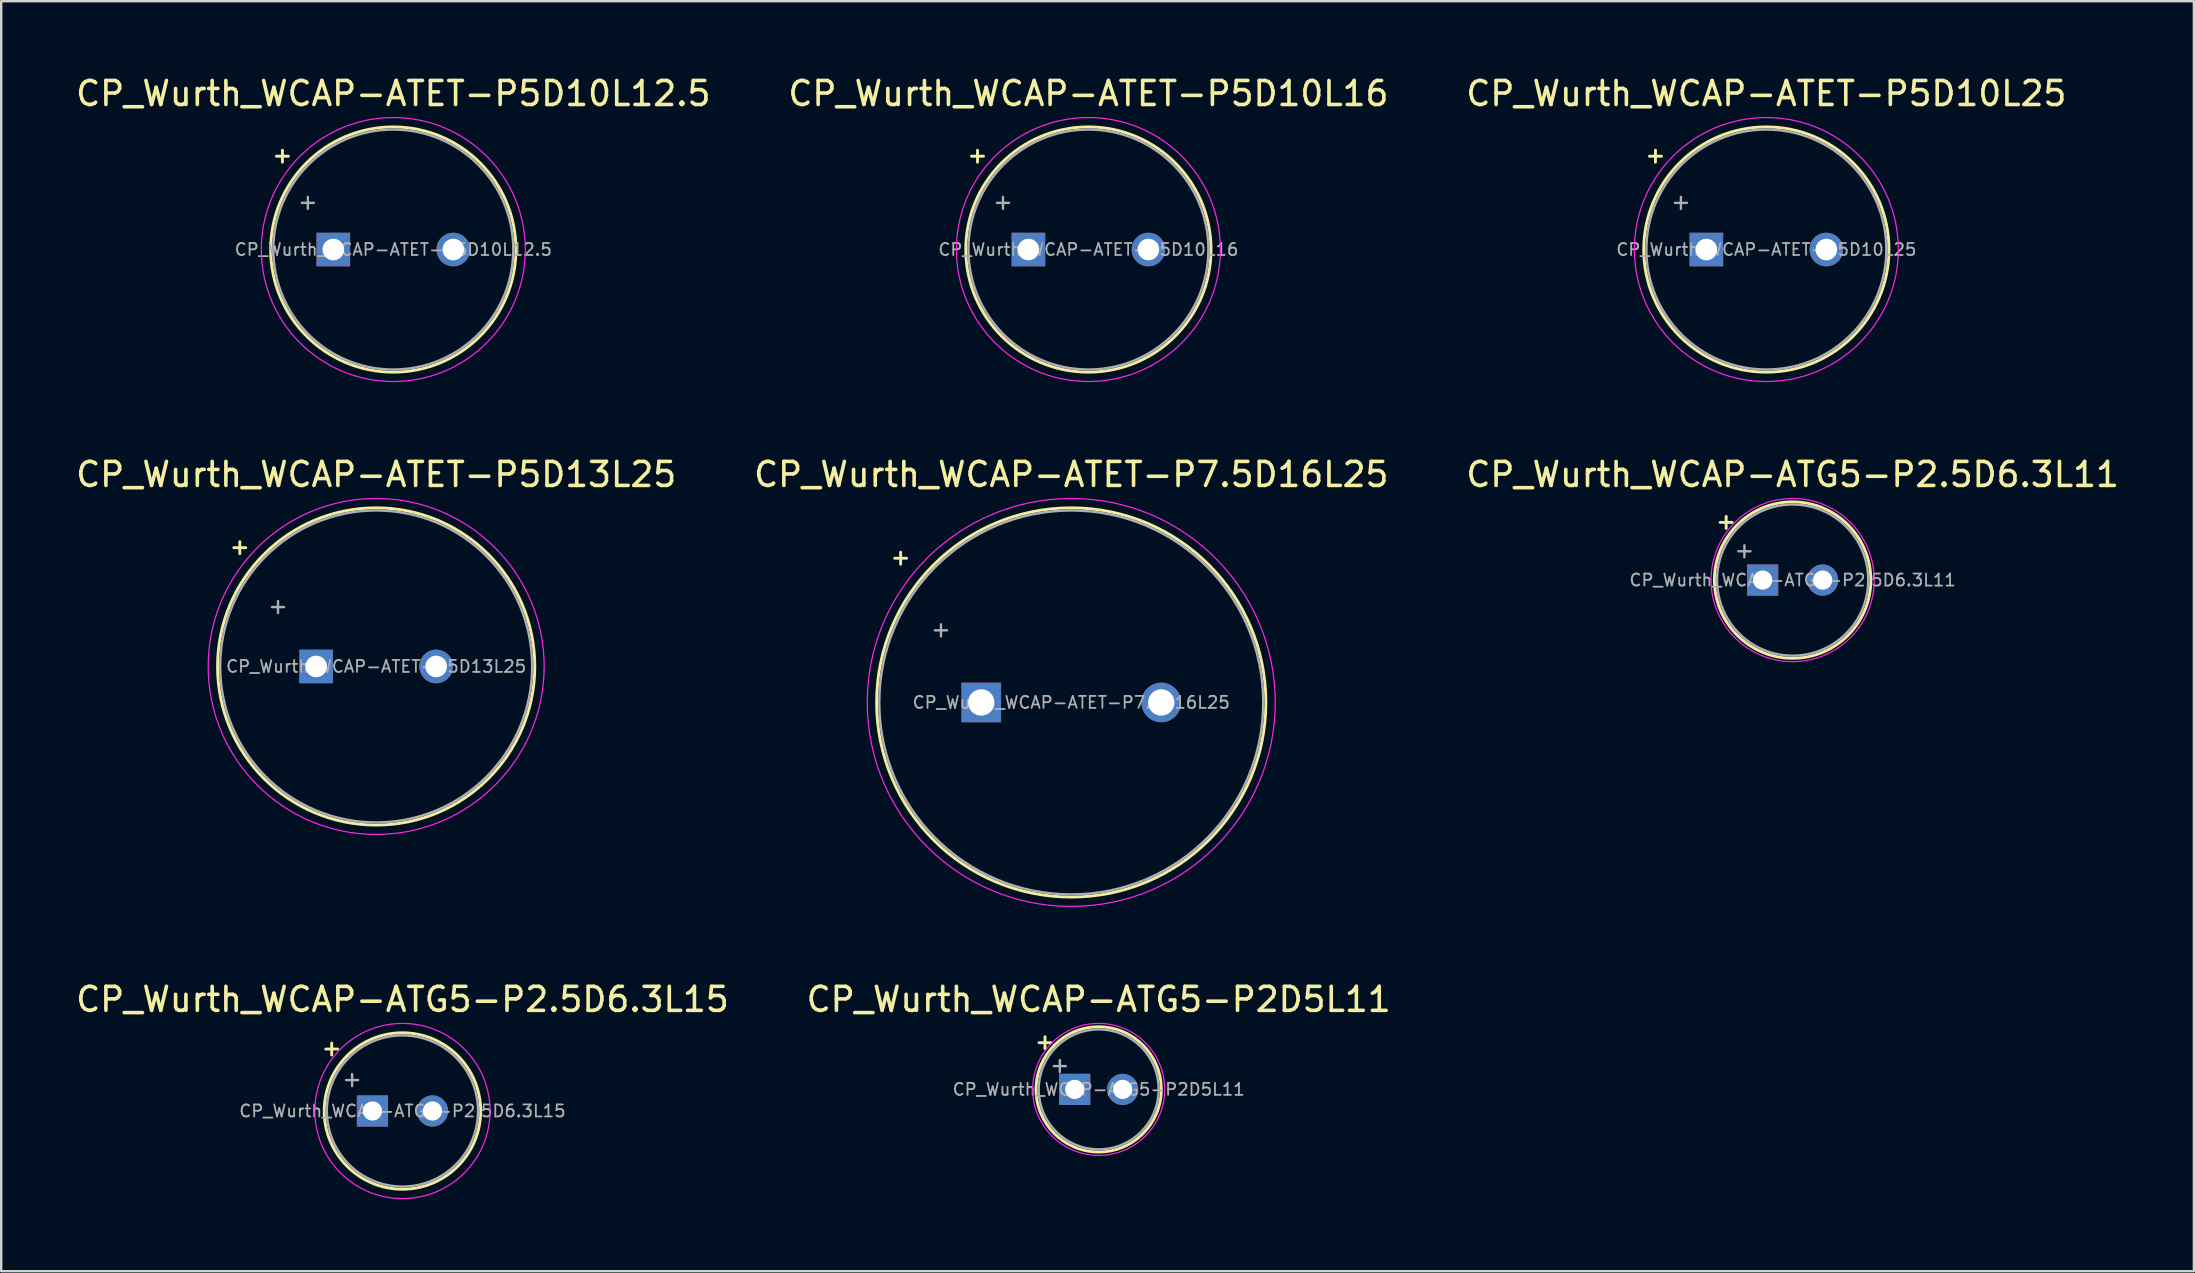
<source format=kicad_pcb>
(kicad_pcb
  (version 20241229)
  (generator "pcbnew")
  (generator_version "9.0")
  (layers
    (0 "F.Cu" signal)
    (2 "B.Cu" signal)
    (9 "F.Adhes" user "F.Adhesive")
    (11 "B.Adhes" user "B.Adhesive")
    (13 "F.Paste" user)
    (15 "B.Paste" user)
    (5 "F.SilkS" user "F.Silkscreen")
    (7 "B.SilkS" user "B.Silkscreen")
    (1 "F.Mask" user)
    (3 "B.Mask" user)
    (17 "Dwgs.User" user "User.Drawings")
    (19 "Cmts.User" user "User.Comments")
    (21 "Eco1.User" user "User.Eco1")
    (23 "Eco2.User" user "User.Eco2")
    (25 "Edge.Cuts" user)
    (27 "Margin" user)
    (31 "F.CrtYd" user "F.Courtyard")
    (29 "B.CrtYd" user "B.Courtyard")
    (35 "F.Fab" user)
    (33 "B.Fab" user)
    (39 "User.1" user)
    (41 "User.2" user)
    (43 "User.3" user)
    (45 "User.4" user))
  (footprint "CP_Wurth_WCAP-ATET-P5D10L25"
    (layer "F.Cu")
    (at 68.054 7.348)
    (property "Reference" "CP_Wurth_WCAP-ATET-P5D10L25" (at 2.5 -6.5 0) (unlocked yes) (layer "F.SilkS") (effects (font (size 1 1) (thickness 0.15))))
    (attr through_hole)
    (fp_line (start -2.371 -3.889) (end -1.871 -3.889) (stroke (width 0.12) (type solid)) (layer "F.SilkS"))
    (fp_line (start -2.121 -3.639) (end -2.121 -4.139) (stroke (width 0.12) (type solid)) (layer "F.SilkS"))
    (fp_circle (center 2.5 0) (end 7.61 0) (stroke (width 0.12) (type solid)) (fill no) (layer "F.SilkS"))
    (fp_circle (center 2.5 0) (end 8 0) (stroke (width 0.05) (type solid)) (fill no) (layer "F.CrtYd"))
    (fp_line (start -1.311 -1.945) (end -0.811 -1.945) (stroke (width 0.1) (type default)) (layer "F.Fab"))
    (fp_line (start -1.061 -1.695) (end -1.061 -2.195) (stroke (width 0.1) (type default)) (layer "F.Fab"))
    (fp_circle (center 2.5 0) (end 7.5 0) (stroke (width 0.1) (type solid)) (fill no) (layer "F.Fab"))
    (fp_text user "${REFERENCE}" (at 2.5 0 0) (unlocked yes) (layer "F.Fab") (effects (font (size 0.5 0.5) (thickness 0.075))))
    (pad "1" thru_hole rect (at 0 0) (size 1.4 1.4) (drill 0.9) (layers "*.Cu" "*.Mask"))
    (pad "2" thru_hole circle (at 5 0) (size 1.4 1.4) (drill 0.9) (layers "*.Cu" "*.Mask")))
  (footprint "CP_Wurth_WCAP-ATET-P7.5D16L25"
    (layer "F.Cu")
    (at 37.839 26.221)
    (property "Reference" "CP_Wurth_WCAP-ATET-P7.5D16L25" (at 3.75 -9.5 0) (unlocked yes) (layer "F.SilkS") (effects (font (size 1 1) (thickness 0.15))))
    (attr through_hole)
    (fp_line (start -3.609 -6.01) (end -3.109 -6.01) (stroke (width 0.12) (type solid)) (layer "F.SilkS"))
    (fp_line (start -3.359 -5.76) (end -3.359 -6.26) (stroke (width 0.12) (type solid)) (layer "F.SilkS"))
    (fp_circle (center 3.75 0) (end 11.86 0) (stroke (width 0.12) (type solid)) (fill no) (layer "F.SilkS"))
    (fp_circle (center 3.75 0) (end 12.25 0) (stroke (width 0.05) (type solid)) (fill no) (layer "F.CrtYd"))
    (fp_line (start -1.929 -3.005) (end -1.429 -3.005) (stroke (width 0.1) (type default)) (layer "F.Fab"))
    (fp_line (start -1.679 -2.755) (end -1.679 -3.255) (stroke (width 0.1) (type default)) (layer "F.Fab"))
    (fp_circle (center 3.75 0) (end 11.75 0) (stroke (width 0.1) (type solid)) (fill no) (layer "F.Fab"))
    (fp_text user "${REFERENCE}" (at 3.75 0 0) (unlocked yes) (layer "F.Fab") (effects (font (size 0.5 0.5) (thickness 0.075))))
    (pad "1" thru_hole rect (at 0 0) (size 1.65 1.65) (drill 1.1) (layers "*.Cu" "*.Mask"))
    (pad "2" thru_hole circle (at 7.5 0) (size 1.65 1.65) (drill 1.1) (layers "*.Cu" "*.Mask")))
  (footprint "CP_Wurth_WCAP-ATG5-P2.5D6.3L15"
    (layer "F.Cu")
    (at 12.47 43.245)
    (property "Reference" "CP_Wurth_WCAP-ATG5-P2.5D6.3L15" (at 1.25 -4.65 0) (unlocked yes) (layer "F.SilkS") (effects (font (size 1 1) (thickness 0.15))))
    (attr through_hole)
    (fp_line (start -1.947 -2.581) (end -1.447 -2.581) (stroke (width 0.12) (type solid)) (layer "F.SilkS"))
    (fp_line (start -1.697 -2.331) (end -1.697 -2.831) (stroke (width 0.12) (type solid)) (layer "F.SilkS"))
    (fp_circle (center 1.25 0) (end 4.51 0) (stroke (width 0.12) (type solid)) (fill no) (layer "F.SilkS"))
    (fp_circle (center 1.25 0) (end 4.9 0) (stroke (width 0.05) (type solid)) (fill no) (layer "F.CrtYd"))
    (fp_line (start -1.099 -1.29) (end -0.599 -1.29) (stroke (width 0.1) (type default)) (layer "F.Fab"))
    (fp_line (start -0.849 -1.04) (end -0.849 -1.54) (stroke (width 0.1) (type default)) (layer "F.Fab"))
    (fp_circle (center 1.25 0) (end 4.4 0) (stroke (width 0.1) (type solid)) (fill no) (layer "F.Fab"))
    (fp_text user "${REFERENCE}" (at 1.25 0 0) (unlocked yes) (layer "F.Fab") (effects (font (size 0.5 0.5) (thickness 0.075))))
    (pad "1" thru_hole rect (at 0 0) (size 1.3 1.3) (drill 0.8) (layers "*.Cu" "*.Mask"))
    (pad "2" thru_hole circle (at 2.5 0) (size 1.3 1.3) (drill 0.8) (layers "*.Cu" "*.Mask")))
  (footprint "CP_Wurth_WCAP-ATG5-P2.5D6.3L11"
    (layer "F.Cu")
    (at 70.399 21.122)
    (property "Reference" "CP_Wurth_WCAP-ATG5-P2.5D6.3L11" (at 1.25 -4.4 0) (unlocked yes) (layer "F.SilkS") (effects (font (size 1 1) (thickness 0.15))))
    (attr through_hole)
    (fp_line (start -1.77 -2.404) (end -1.27 -2.404) (stroke (width 0.12) (type solid)) (layer "F.SilkS"))
    (fp_line (start -1.52 -2.154) (end -1.52 -2.654) (stroke (width 0.12) (type solid)) (layer "F.SilkS"))
    (fp_circle (center 1.25 0) (end 4.51 0) (stroke (width 0.12) (type solid)) (fill no) (layer "F.SilkS"))
    (fp_circle (center 1.25 0) (end 4.65 0) (stroke (width 0.05) (type solid)) (fill no) (layer "F.CrtYd"))
    (fp_line (start -1.01 -1.202) (end -0.51 -1.202) (stroke (width 0.1) (type default)) (layer "F.Fab"))
    (fp_line (start -0.76 -0.952) (end -0.76 -1.452) (stroke (width 0.1) (type default)) (layer "F.Fab"))
    (fp_circle (center 1.25 0) (end 4.4 0) (stroke (width 0.1) (type solid)) (fill no) (layer "F.Fab"))
    (fp_text user "${REFERENCE}" (at 1.25 0 0) (unlocked yes) (layer "F.Fab") (effects (font (size 0.5 0.5) (thickness 0.075))))
    (pad "1" thru_hole rect (at 0 0) (size 1.3 1.3) (drill 0.8) (layers "*.Cu" "*.Mask"))
    (pad "2" thru_hole circle (at 2.5 0) (size 1.3 1.3) (drill 0.8) (layers "*.Cu" "*.Mask")))
  (footprint "CP_Wurth_WCAP-ATET-P5D10L12.5"
    (layer "F.Cu")
    (at 10.839 7.348)
    (property "Reference" "CP_Wurth_WCAP-ATET-P5D10L12.5" (at 2.5 -6.5 0) (unlocked yes) (layer "F.SilkS") (effects (font (size 1 1) (thickness 0.15))))
    (attr through_hole)
    (fp_line (start -2.371 -3.889) (end -1.871 -3.889) (stroke (width 0.12) (type solid)) (layer "F.SilkS"))
    (fp_line (start -2.121 -3.639) (end -2.121 -4.139) (stroke (width 0.12) (type solid)) (layer "F.SilkS"))
    (fp_circle (center 2.5 0) (end 7.61 0) (stroke (width 0.12) (type solid)) (fill no) (layer "F.SilkS"))
    (fp_circle (center 2.5 0) (end 8 0) (stroke (width 0.05) (type solid)) (fill no) (layer "F.CrtYd"))
    (fp_line (start -1.311 -1.945) (end -0.811 -1.945) (stroke (width 0.1) (type default)) (layer "F.Fab"))
    (fp_line (start -1.061 -1.695) (end -1.061 -2.195) (stroke (width 0.1) (type default)) (layer "F.Fab"))
    (fp_circle (center 2.5 0) (end 7.5 0) (stroke (width 0.1) (type solid)) (fill no) (layer "F.Fab"))
    (fp_text user "${REFERENCE}" (at 2.5 0 0) (unlocked yes) (layer "F.Fab") (effects (font (size 0.5 0.5) (thickness 0.075))))
    (pad "1" thru_hole rect (at 0 0) (size 1.4 1.4) (drill 0.9) (layers "*.Cu" "*.Mask"))
    (pad "2" thru_hole circle (at 5 0) (size 1.4 1.4) (drill 0.9) (layers "*.Cu" "*.Mask")))
  (footprint "CP_Wurth_WCAP-ATG5-P2D5L11"
    (layer "F.Cu")
    (at 41.732 42.345)
    (property "Reference" "CP_Wurth_WCAP-ATG5-P2D5L11" (at 1 -3.75 0) (unlocked yes) (layer "F.SilkS") (effects (font (size 1 1) (thickness 0.15))))
    (attr through_hole)
    (fp_line (start -1.487 -1.945) (end -0.987 -1.945) (stroke (width 0.12) (type solid)) (layer "F.SilkS"))
    (fp_line (start -1.237 -1.695) (end -1.237 -2.195) (stroke (width 0.12) (type solid)) (layer "F.SilkS"))
    (fp_circle (center 1 0) (end 3.61 0) (stroke (width 0.12) (type solid)) (fill no) (layer "F.SilkS"))
    (fp_circle (center 1 0) (end 3.75 0) (stroke (width 0.05) (type solid)) (fill no) (layer "F.CrtYd"))
    (fp_line (start -0.869 -0.972) (end -0.369 -0.972) (stroke (width 0.1) (type default)) (layer "F.Fab"))
    (fp_line (start -0.619 -0.722) (end -0.619 -1.222) (stroke (width 0.1) (type default)) (layer "F.Fab"))
    (fp_circle (center 1 0) (end 3.5 0) (stroke (width 0.1) (type solid)) (fill no) (layer "F.Fab"))
    (fp_text user "${REFERENCE}" (at 1 0 0) (unlocked yes) (layer "F.Fab") (effects (font (size 0.5 0.5) (thickness 0.075))))
    (pad "1" thru_hole rect (at 0 0) (size 1.3 1.3) (drill 0.8) (layers "*.Cu" "*.Mask"))
    (pad "2" thru_hole circle (at 2 0) (size 1.3 1.3) (drill 0.8) (layers "*.Cu" "*.Mask")))
  (footprint "CP_Wurth_WCAP-ATET-P5D13L25"
    (layer "F.Cu")
    (at 10.125 24.721)
    (property "Reference" "CP_Wurth_WCAP-ATET-P5D13L25" (at 2.5 -8 0) (unlocked yes) (layer "F.SilkS") (effects (font (size 1 1) (thickness 0.15))))
    (attr through_hole)
    (fp_line (start -3.432 -4.95) (end -2.932 -4.95) (stroke (width 0.12) (type solid)) (layer "F.SilkS"))
    (fp_line (start -3.182 -4.7) (end -3.182 -5.2) (stroke (width 0.12) (type solid)) (layer "F.SilkS"))
    (fp_circle (center 2.5 0) (end 9.11 0) (stroke (width 0.12) (type solid)) (fill no) (layer "F.SilkS"))
    (fp_circle (center 2.5 0) (end 9.5 0) (stroke (width 0.05) (type solid)) (fill no) (layer "F.CrtYd"))
    (fp_line (start -1.841 -2.475) (end -1.341 -2.475) (stroke (width 0.1) (type default)) (layer "F.Fab"))
    (fp_line (start -1.591 -2.225) (end -1.591 -2.725) (stroke (width 0.1) (type default)) (layer "F.Fab"))
    (fp_circle (center 2.5 0) (end 9 0) (stroke (width 0.1) (type solid)) (fill no) (layer "F.Fab"))
    (fp_text user "${REFERENCE}" (at 2.5 0 0) (unlocked yes) (layer "F.Fab") (effects (font (size 0.5 0.5) (thickness 0.075))))
    (pad "1" thru_hole rect (at 0 0) (size 1.4 1.4) (drill 0.9) (layers "*.Cu" "*.Mask"))
    (pad "2" thru_hole circle (at 5 0) (size 1.4 1.4) (drill 0.9) (layers "*.Cu" "*.Mask")))
  (footprint "CP_Wurth_WCAP-ATET-P5D10L16"
    (layer "F.Cu")
    (at 39.804 7.348)
    (property "Reference" "CP_Wurth_WCAP-ATET-P5D10L16" (at 2.5 -6.5 0) (unlocked yes) (layer "F.SilkS") (effects (font (size 1 1) (thickness 0.15))))
    (attr through_hole)
    (fp_line (start -2.371 -3.889) (end -1.871 -3.889) (stroke (width 0.12) (type solid)) (layer "F.SilkS"))
    (fp_line (start -2.121 -3.639) (end -2.121 -4.139) (stroke (width 0.12) (type solid)) (layer "F.SilkS"))
    (fp_circle (center 2.5 0) (end 7.61 0) (stroke (width 0.12) (type solid)) (fill no) (layer "F.SilkS"))
    (fp_circle (center 2.5 0) (end 8 0) (stroke (width 0.05) (type solid)) (fill no) (layer "F.CrtYd"))
    (fp_line (start -1.311 -1.945) (end -0.811 -1.945) (stroke (width 0.1) (type default)) (layer "F.Fab"))
    (fp_line (start -1.061 -1.695) (end -1.061 -2.195) (stroke (width 0.1) (type default)) (layer "F.Fab"))
    (fp_circle (center 2.5 0) (end 7.5 0) (stroke (width 0.1) (type solid)) (fill no) (layer "F.Fab"))
    (fp_text user "${REFERENCE}" (at 2.5 0 0) (unlocked yes) (layer "F.Fab") (effects (font (size 0.5 0.5) (thickness 0.075))))
    (pad "1" thru_hole rect (at 0 0) (size 1.4 1.4) (drill 0.9) (layers "*.Cu" "*.Mask"))
    (pad "2" thru_hole circle (at 5 0) (size 1.4 1.4) (drill 0.9) (layers "*.Cu" "*.Mask")))
  (gr_rect
    (start -3 -3)
    (end 88.369 49.92)
    (stroke (width 0.1) (type default))
    (fill no)
    (layer "Edge.Cuts")))
</source>
